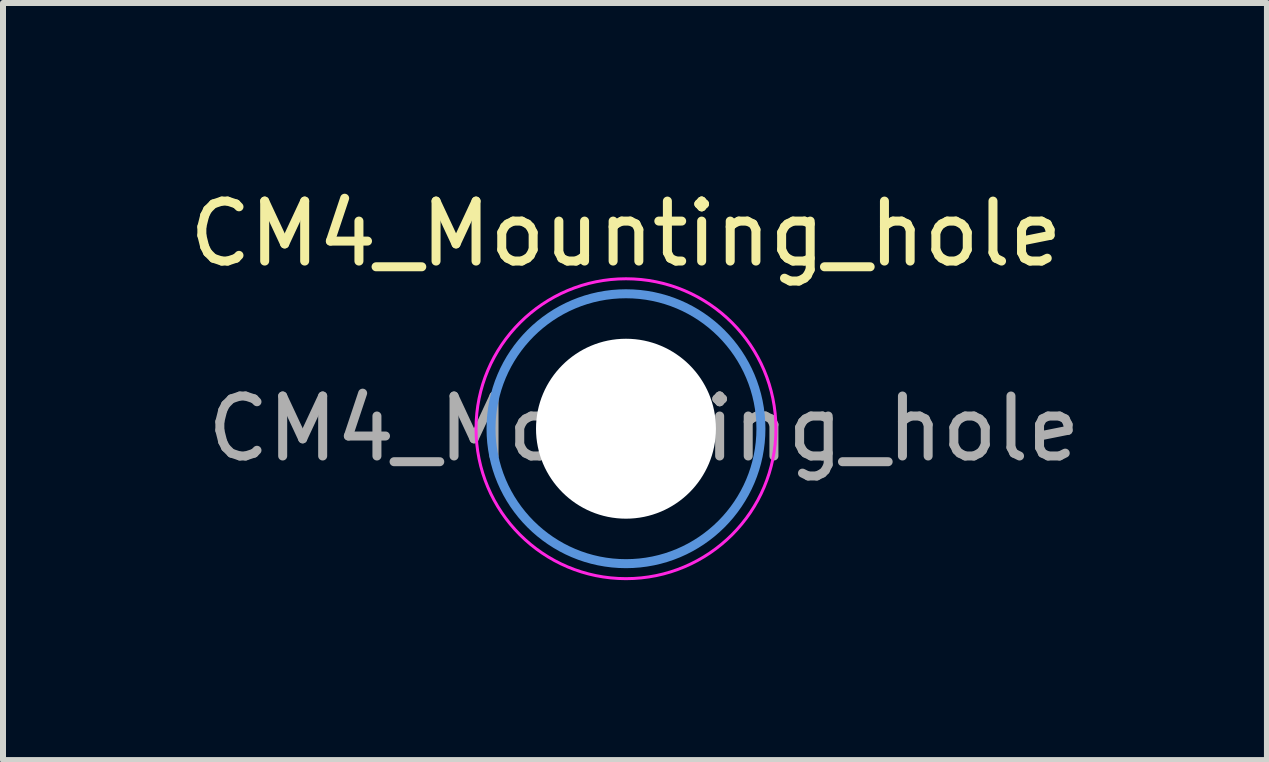
<source format=kicad_pcb>
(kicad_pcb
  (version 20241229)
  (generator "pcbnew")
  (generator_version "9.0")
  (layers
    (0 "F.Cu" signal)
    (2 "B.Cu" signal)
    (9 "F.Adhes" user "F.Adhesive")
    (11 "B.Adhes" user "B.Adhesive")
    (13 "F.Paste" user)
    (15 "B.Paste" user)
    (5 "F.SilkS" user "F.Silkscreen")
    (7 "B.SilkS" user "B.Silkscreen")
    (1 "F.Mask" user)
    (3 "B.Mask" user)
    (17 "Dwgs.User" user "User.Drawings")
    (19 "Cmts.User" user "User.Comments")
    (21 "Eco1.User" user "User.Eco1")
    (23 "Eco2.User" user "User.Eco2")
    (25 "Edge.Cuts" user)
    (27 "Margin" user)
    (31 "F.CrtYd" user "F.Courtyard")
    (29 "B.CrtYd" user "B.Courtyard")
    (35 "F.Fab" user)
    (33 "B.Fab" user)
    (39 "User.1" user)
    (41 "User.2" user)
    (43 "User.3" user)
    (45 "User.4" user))
  (footprint "CM4_Mounting_hole"
    (layer "F.Cu")
    (at 7.387 4.098)
    (property "Reference" "CM4_Mounting_hole" (at 0 -3.25 0) (layer "F.SilkS") (effects (font (size 1 1) (thickness 0.15))))
    (attr exclude_from_pos_files exclude_from_bom)
    (fp_circle (center 0 0) (end 2.25 0) (stroke (width 0.15) (type solid)) (fill no) (layer "Cmts.User"))
    (fp_circle (center 0 0) (end 2.5 0) (stroke (width 0.05) (type solid)) (fill no) (layer "F.CrtYd"))
    (fp_text user "${REFERENCE}" (at 0.3 0 0) (layer "F.Fab") (effects (font (size 1 1) (thickness 0.15))))
    (pad "" np_thru_hole circle (at 0 0) (size 3 3) (drill 3) (layers "*.Cu" "*.Mask")))
  (gr_rect
    (start -3 -3)
    (end 18.074 9.623)
    (stroke (width 0.1) (type default))
    (fill no)
    (layer "Edge.Cuts")))
</source>
